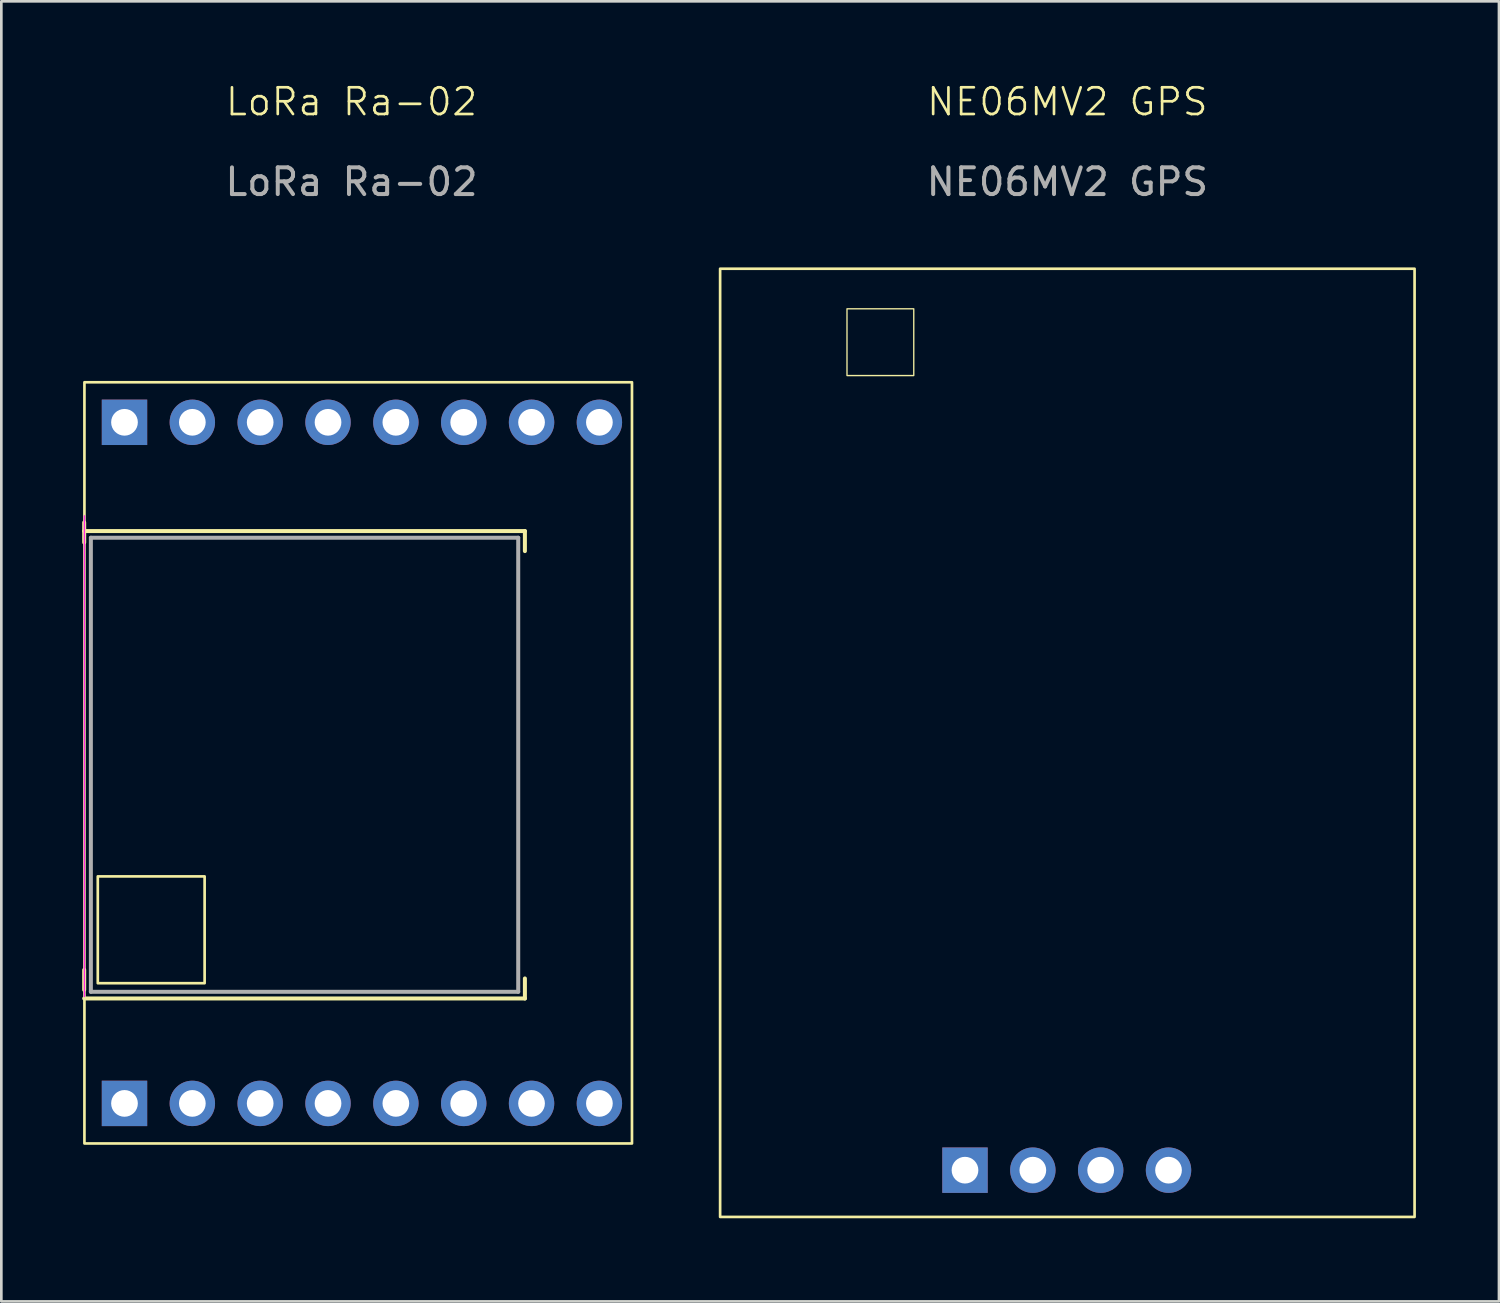
<source format=kicad_pcb>
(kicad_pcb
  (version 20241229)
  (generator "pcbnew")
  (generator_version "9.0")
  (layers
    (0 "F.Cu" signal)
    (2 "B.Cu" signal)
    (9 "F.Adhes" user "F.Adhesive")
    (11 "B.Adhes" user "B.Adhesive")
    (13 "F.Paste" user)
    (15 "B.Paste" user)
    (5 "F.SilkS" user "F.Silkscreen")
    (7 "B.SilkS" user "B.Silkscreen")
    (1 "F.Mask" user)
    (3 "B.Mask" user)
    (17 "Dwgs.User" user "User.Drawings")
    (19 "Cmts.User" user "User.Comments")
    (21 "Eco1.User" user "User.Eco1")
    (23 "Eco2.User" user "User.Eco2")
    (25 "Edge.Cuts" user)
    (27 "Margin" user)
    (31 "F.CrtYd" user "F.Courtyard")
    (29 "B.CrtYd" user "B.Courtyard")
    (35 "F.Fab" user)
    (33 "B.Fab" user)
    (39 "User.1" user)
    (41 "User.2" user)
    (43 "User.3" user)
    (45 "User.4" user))
  (footprint "LoRa Ra-02"
    (layer "F.Cu")
    (at 10.111 25.761)
    (property "Reference" "LoRa Ra-02" (at 0 -25 0) (unlocked yes) (layer "F.SilkS") (effects (font (size 1 1) (thickness 0.1))))
    (attr smd)
    (fp_line (start -10.009 -8.928) (end 6.491 -8.928) (stroke (width 0.15) (type solid)) (layer "F.SilkS"))
    (fp_line (start -10.009 -8.5) (end -10.009 -9.25) (stroke (width 0.15) (type solid)) (layer "F.SilkS"))
    (fp_line (start -10.009 7.5) (end -10.009 8.25) (stroke (width 0.15) (type solid)) (layer "F.SilkS"))
    (fp_line (start -10.009 8.572) (end 6.491 8.572) (stroke (width 0.15) (type solid)) (layer "F.SilkS"))
    (fp_line (start 6.491 -8.928) (end 6.491 -8.178) (stroke (width 0.15) (type solid)) (layer "F.SilkS"))
    (fp_line (start 6.491 8.572) (end 6.491 7.822) (stroke (width 0.15) (type solid)) (layer "F.SilkS"))
    (fp_rect (start -10 -14.5) (end 10.5 14) (stroke (width 0.1) (type default)) (fill no) (layer "F.SilkS"))
    (fp_rect (start -9.5 4) (end -5.5 8) (stroke (width 0.1) (type default)) (fill no) (layer "F.SilkS"))
    (fp_rect (start -10.061 -14.564) (end 10.586 14.073) (stroke (width 0.1) (type default)) (fill no) (layer "Margin"))
    (fp_line (start -10 8.5) (end -10 -9.5) (stroke (width 0.05) (type solid)) (layer "F.CrtYd"))
    (fp_line (start -9.759 -8.678) (end 6.241 -8.678) (stroke (width 0.15) (type solid)) (layer "F.Fab"))
    (fp_line (start -9.759 8.322) (end -9.759 -8.678) (stroke (width 0.15) (type solid)) (layer "F.Fab"))
    (fp_line (start 6.241 -8.678) (end 6.241 8.322) (stroke (width 0.15) (type solid)) (layer "F.Fab"))
    (fp_line (start 6.241 8.322) (end -9.759 8.322) (stroke (width 0.15) (type solid)) (layer "F.Fab"))
    (fp_text user "${REFERENCE}" (at 0 -22 0) (unlocked yes) (layer "F.Fab") (effects (font (size 1 1) (thickness 0.15))))
    (pad "1" thru_hole rect (at -8.5 12.5 90) (size 1.7 1.7) (drill 1) (layers "*.Cu" "*.Mask"))
    (pad "2" thru_hole circle (at -5.96 12.5 90) (size 1.7 1.7) (drill 1) (layers "*.Cu" "*.Mask"))
    (pad "3" thru_hole circle (at -3.42 12.5 90) (size 1.7 1.7) (drill 1) (layers "*.Cu" "*.Mask"))
    (pad "4" thru_hole circle (at -0.88 12.5 90) (size 1.7 1.7) (drill 1) (layers "*.Cu" "*.Mask"))
    (pad "5" thru_hole circle (at 1.66 12.5 90) (size 1.7 1.7) (drill 1) (layers "*.Cu" "*.Mask"))
    (pad "6" thru_hole circle (at 4.2 12.5 90) (size 1.7 1.7) (drill 1) (layers "*.Cu" "*.Mask"))
    (pad "7" thru_hole circle (at 6.74 12.5 90) (size 1.7 1.7) (drill 1) (layers "*.Cu" "*.Mask"))
    (pad "8" thru_hole circle (at 9.28 12.5 90) (size 1.7 1.7) (drill 1) (layers "*.Cu" "*.Mask"))
    (pad "9" thru_hole rect (at -8.5 -13 90) (size 1.7 1.7) (drill 1) (layers "*.Cu" "*.Mask"))
    (pad "10" thru_hole circle (at -5.96 -13 90) (size 1.7 1.7) (drill 1) (layers "*.Cu" "*.Mask"))
    (pad "11" thru_hole circle (at -3.42 -13 90) (size 1.7 1.7) (drill 1) (layers "*.Cu" "*.Mask"))
    (pad "12" thru_hole circle (at -0.88 -13 90) (size 1.7 1.7) (drill 1) (layers "*.Cu" "*.Mask"))
    (pad "13" thru_hole circle (at 1.66 -13 90) (size 1.7 1.7) (drill 1) (layers "*.Cu" "*.Mask"))
    (pad "14" thru_hole circle (at 4.2 -13 90) (size 1.7 1.7) (drill 1) (layers "*.Cu" "*.Mask"))
    (pad "15" thru_hole circle (at 6.74 -13 90) (size 1.7 1.7) (drill 1) (layers "*.Cu" "*.Mask"))
    (pad "16" thru_hole circle (at 9.28 -13 90) (size 1.7 1.7) (drill 1) (layers "*.Cu" "*.Mask")))
  (footprint "NE06MV2 GPS"
    (layer "F.Cu")
    (at 36.911 24.761)
    (property "Reference" "NE06MV2 GPS" (at 0 -24 0) (unlocked yes) (layer "F.SilkS") (effects (font (size 1 1) (thickness 0.1))))
    (attr smd)
    (fp_rect (start -13 -17.75) (end 13 17.75) (stroke (width 0.1) (type solid)) (fill no) (layer "F.SilkS"))
    (fp_rect (start -8.25 -16.25) (end -5.75 -13.75) (stroke (width 0.05) (type solid)) (fill no) (layer "F.SilkS"))
    (fp_rect (start -13.114 -17.867) (end 13.11 17.863) (stroke (width 0.1) (type default)) (fill no) (layer "Margin"))
    (fp_text user "${REFERENCE}" (at 0 -21 0) (unlocked yes) (layer "F.Fab") (effects (font (size 1 1) (thickness 0.15))))
    (pad "1" thru_hole rect (at -3.832 16 90) (size 1.7 1.7) (drill 1) (layers "*.Cu" "*.Mask"))
    (pad "2" thru_hole circle (at -1.292 16 90) (size 1.7 1.7) (drill 1) (layers "*.Cu" "*.Mask"))
    (pad "3" thru_hole circle (at 1.248 16 90) (size 1.7 1.7) (drill 1) (layers "*.Cu" "*.Mask"))
    (pad "4" thru_hole circle (at 3.788 16 90) (size 1.7 1.7) (drill 1) (layers "*.Cu" "*.Mask")))
  (gr_rect
    (start -3 -3)
    (end 53.071 45.674)
    (stroke (width 0.1) (type default))
    (fill no)
    (layer "Edge.Cuts")))
</source>
